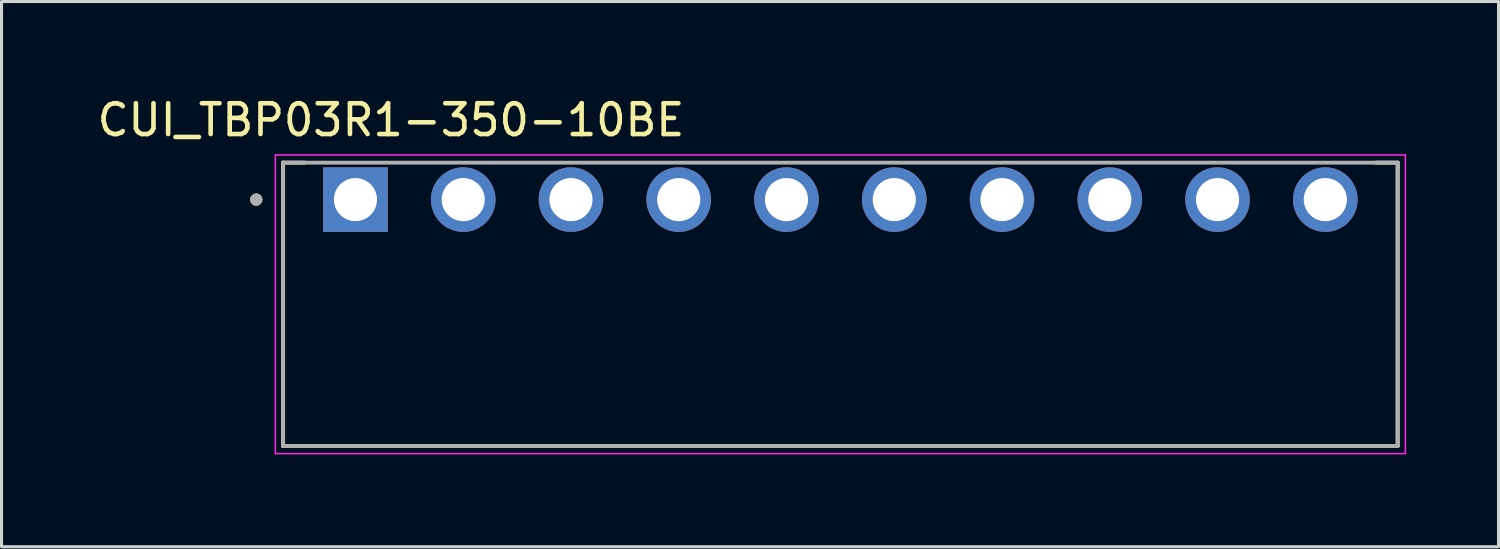
<source format=kicad_pcb>
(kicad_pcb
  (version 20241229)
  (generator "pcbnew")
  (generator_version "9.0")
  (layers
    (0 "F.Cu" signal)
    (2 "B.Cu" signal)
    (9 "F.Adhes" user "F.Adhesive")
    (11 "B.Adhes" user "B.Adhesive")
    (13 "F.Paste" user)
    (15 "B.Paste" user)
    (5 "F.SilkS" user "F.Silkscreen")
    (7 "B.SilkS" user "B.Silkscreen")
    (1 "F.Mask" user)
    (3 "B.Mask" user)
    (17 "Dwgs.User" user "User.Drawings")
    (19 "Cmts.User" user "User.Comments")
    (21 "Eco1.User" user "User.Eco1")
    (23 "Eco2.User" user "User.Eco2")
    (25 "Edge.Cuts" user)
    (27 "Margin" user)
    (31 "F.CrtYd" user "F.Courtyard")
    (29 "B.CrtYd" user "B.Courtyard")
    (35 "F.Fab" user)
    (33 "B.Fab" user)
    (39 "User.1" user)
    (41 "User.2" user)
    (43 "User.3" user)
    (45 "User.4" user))
  (footprint "CUI_TBP03R1-350-10BE"
    (layer "F.Cu")
    (at 8.494 3.433)
    (property "Reference" "CUI_TBP03R1-350-10BE" (at 1.155 -2.585 0) (layer "F.SilkS") (effects (font (size 1 1) (thickness 0.15))))
    (attr through_hole)
    (fp_line (start -2.35 -1.2) (end -2.35 8) (stroke (width 0.127) (type solid)) (layer "F.SilkS"))
    (fp_line (start -2.35 -1.2) (end -1.65 -1.2) (stroke (width 0.127) (type solid)) (layer "F.SilkS"))
    (fp_line (start -2.35 8) (end 33.85 8) (stroke (width 0.127) (type solid)) (layer "F.SilkS"))
    (fp_line (start 33.15 -1.2) (end 33.85 -1.2) (stroke (width 0.127) (type solid)) (layer "F.SilkS"))
    (fp_line (start 33.85 8) (end 33.85 -1.2) (stroke (width 0.127) (type solid)) (layer "F.SilkS"))
    (fp_circle (center -3.22 0) (end -3.12 0) (stroke (width 0.2) (type solid)) (fill no) (layer "F.SilkS"))
    (fp_line (start -2.6 -1.45) (end -2.6 8.25) (stroke (width 0.05) (type solid)) (layer "F.CrtYd"))
    (fp_line (start -2.6 8.25) (end 34.1 8.25) (stroke (width 0.05) (type solid)) (layer "F.CrtYd"))
    (fp_line (start 34.1 -1.45) (end -2.6 -1.45) (stroke (width 0.05) (type solid)) (layer "F.CrtYd"))
    (fp_line (start 34.1 8.25) (end 34.1 -1.45) (stroke (width 0.05) (type solid)) (layer "F.CrtYd"))
    (fp_line (start -2.35 -1.2) (end -2.35 8) (stroke (width 0.127) (type solid)) (layer "F.Fab"))
    (fp_line (start -2.35 8) (end 33.85 8) (stroke (width 0.127) (type solid)) (layer "F.Fab"))
    (fp_line (start 33.85 -1.2) (end -2.35 -1.2) (stroke (width 0.127) (type solid)) (layer "F.Fab"))
    (fp_line (start 33.85 8) (end 33.85 -1.2) (stroke (width 0.127) (type solid)) (layer "F.Fab"))
    (fp_circle (center -3.22 0) (end -3.12 0) (stroke (width 0.2) (type solid)) (fill no) (layer "F.Fab"))
    (pad "1" thru_hole rect (at 0 0) (size 2.1 2.1) (drill 1.4) (layers "*.Cu" "*.Mask"))
    (pad "2" thru_hole circle (at 3.5 0) (size 2.1 2.1) (drill 1.4) (layers "*.Cu" "*.Mask"))
    (pad "3" thru_hole circle (at 7 0) (size 2.1 2.1) (drill 1.4) (layers "*.Cu" "*.Mask"))
    (pad "4" thru_hole circle (at 10.5 0) (size 2.1 2.1) (drill 1.4) (layers "*.Cu" "*.Mask"))
    (pad "5" thru_hole circle (at 14 0) (size 2.1 2.1) (drill 1.4) (layers "*.Cu" "*.Mask"))
    (pad "6" thru_hole circle (at 17.5 0) (size 2.1 2.1) (drill 1.4) (layers "*.Cu" "*.Mask"))
    (pad "7" thru_hole circle (at 21 0) (size 2.1 2.1) (drill 1.4) (layers "*.Cu" "*.Mask"))
    (pad "8" thru_hole circle (at 24.5 0) (size 2.1 2.1) (drill 1.4) (layers "*.Cu" "*.Mask"))
    (pad "9" thru_hole circle (at 28 0) (size 2.1 2.1) (drill 1.4) (layers "*.Cu" "*.Mask"))
    (pad "10" thru_hole circle (at 31.5 0) (size 2.1 2.1) (drill 1.4) (layers "*.Cu" "*.Mask")))
  (gr_rect
    (start -3 -3)
    (end 45.619 14.708)
    (stroke (width 0.1) (type default))
    (fill no)
    (layer "Edge.Cuts")))
</source>
